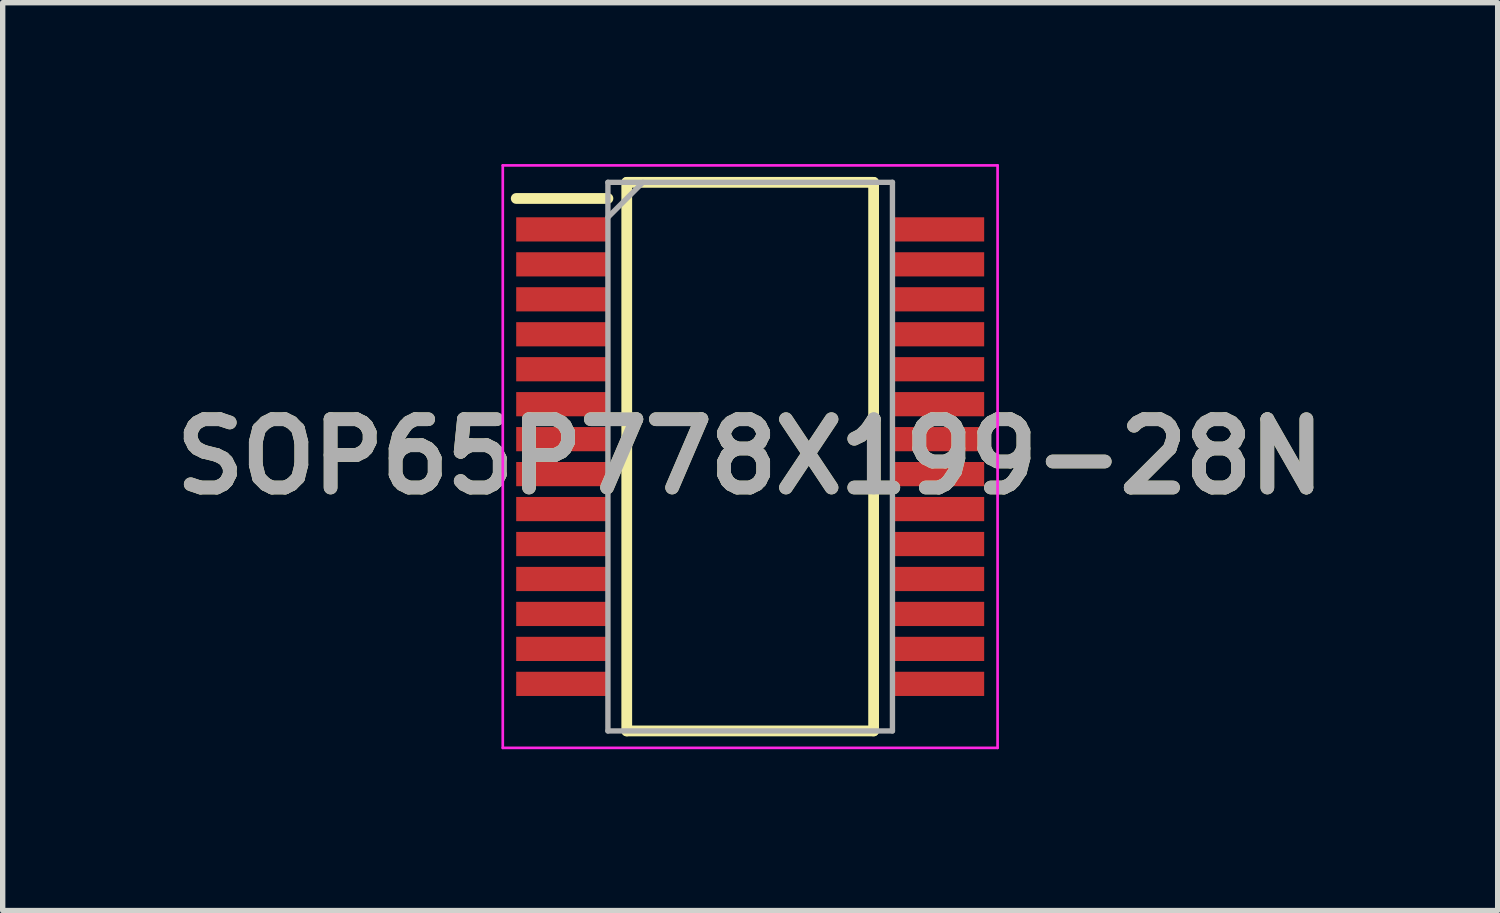
<source format=kicad_pcb>
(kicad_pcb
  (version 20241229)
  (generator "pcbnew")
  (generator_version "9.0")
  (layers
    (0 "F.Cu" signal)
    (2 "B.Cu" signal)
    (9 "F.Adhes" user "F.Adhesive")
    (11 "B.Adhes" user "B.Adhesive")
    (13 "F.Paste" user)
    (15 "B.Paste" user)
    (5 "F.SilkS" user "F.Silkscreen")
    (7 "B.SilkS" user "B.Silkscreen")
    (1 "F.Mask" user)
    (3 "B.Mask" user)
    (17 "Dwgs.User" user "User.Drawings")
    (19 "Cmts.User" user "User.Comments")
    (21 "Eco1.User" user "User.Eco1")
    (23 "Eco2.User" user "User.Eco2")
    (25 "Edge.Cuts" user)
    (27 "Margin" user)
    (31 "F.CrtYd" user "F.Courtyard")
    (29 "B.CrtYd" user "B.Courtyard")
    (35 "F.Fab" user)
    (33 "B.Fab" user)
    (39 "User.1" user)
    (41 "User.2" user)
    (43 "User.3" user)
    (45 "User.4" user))
  (footprint "SOP65P778X199-28N"
    (layer "F.Cu")
    (at 10.898 5.44)
    (property "Reference" "SOP65P778X199-28N" (at 0 0 0) (layer "F.SilkS") (effects (font (size 1.27 1.27) (thickness 0.254))))
    (attr smd)
    (fp_line (start -4.35 -4.8) (end -2.645 -4.8) (stroke (width 0.2) (type solid)) (layer "F.SilkS"))
    (fp_line (start -2.295 -5.1) (end 2.295 -5.1) (stroke (width 0.2) (type solid)) (layer "F.SilkS"))
    (fp_line (start -2.295 5.1) (end -2.295 -5.1) (stroke (width 0.2) (type solid)) (layer "F.SilkS"))
    (fp_line (start 2.295 -5.1) (end 2.295 5.1) (stroke (width 0.2) (type solid)) (layer "F.SilkS"))
    (fp_line (start 2.295 5.1) (end -2.295 5.1) (stroke (width 0.2) (type solid)) (layer "F.SilkS"))
    (fp_line (start -4.6 -5.415) (end 4.6 -5.415) (stroke (width 0.05) (type solid)) (layer "F.CrtYd"))
    (fp_line (start -4.6 5.415) (end -4.6 -5.415) (stroke (width 0.05) (type solid)) (layer "F.CrtYd"))
    (fp_line (start 4.6 -5.415) (end 4.6 5.415) (stroke (width 0.05) (type solid)) (layer "F.CrtYd"))
    (fp_line (start 4.6 5.415) (end -4.6 5.415) (stroke (width 0.05) (type solid)) (layer "F.CrtYd"))
    (fp_line (start -2.645 -5.1) (end 2.645 -5.1) (stroke (width 0.1) (type solid)) (layer "F.Fab"))
    (fp_line (start -2.645 -4.45) (end -1.995 -5.1) (stroke (width 0.1) (type solid)) (layer "F.Fab"))
    (fp_line (start -2.645 5.1) (end -2.645 -5.1) (stroke (width 0.1) (type solid)) (layer "F.Fab"))
    (fp_line (start 2.645 -5.1) (end 2.645 5.1) (stroke (width 0.1) (type solid)) (layer "F.Fab"))
    (fp_line (start 2.645 5.1) (end -2.645 5.1) (stroke (width 0.1) (type solid)) (layer "F.Fab"))
    (fp_text user "${REFERENCE}" (at 0 0 0) (layer "F.Fab") (effects (font (size 1.27 1.27) (thickness 0.254))))
    (pad "1" smd rect (at -3.498 -4.225 90) (size 0.45 1.705) (layers "F.Cu" "F.Mask" "F.Paste"))
    (pad "2" smd rect (at -3.498 -3.575 90) (size 0.45 1.705) (layers "F.Cu" "F.Mask" "F.Paste"))
    (pad "3" smd rect (at -3.498 -2.925 90) (size 0.45 1.705) (layers "F.Cu" "F.Mask" "F.Paste"))
    (pad "4" smd rect (at -3.498 -2.275 90) (size 0.45 1.705) (layers "F.Cu" "F.Mask" "F.Paste"))
    (pad "5" smd rect (at -3.498 -1.625 90) (size 0.45 1.705) (layers "F.Cu" "F.Mask" "F.Paste"))
    (pad "6" smd rect (at -3.498 -0.975 90) (size 0.45 1.705) (layers "F.Cu" "F.Mask" "F.Paste"))
    (pad "7" smd rect (at -3.498 -0.325 90) (size 0.45 1.705) (layers "F.Cu" "F.Mask" "F.Paste"))
    (pad "8" smd rect (at -3.498 0.325 90) (size 0.45 1.705) (layers "F.Cu" "F.Mask" "F.Paste"))
    (pad "9" smd rect (at -3.498 0.975 90) (size 0.45 1.705) (layers "F.Cu" "F.Mask" "F.Paste"))
    (pad "10" smd rect (at -3.498 1.625 90) (size 0.45 1.705) (layers "F.Cu" "F.Mask" "F.Paste"))
    (pad "11" smd rect (at -3.498 2.275 90) (size 0.45 1.705) (layers "F.Cu" "F.Mask" "F.Paste"))
    (pad "12" smd rect (at -3.498 2.925 90) (size 0.45 1.705) (layers "F.Cu" "F.Mask" "F.Paste"))
    (pad "13" smd rect (at -3.498 3.575 90) (size 0.45 1.705) (layers "F.Cu" "F.Mask" "F.Paste"))
    (pad "14" smd rect (at -3.498 4.225 90) (size 0.45 1.705) (layers "F.Cu" "F.Mask" "F.Paste"))
    (pad "15" smd rect (at 3.498 4.225 90) (size 0.45 1.705) (layers "F.Cu" "F.Mask" "F.Paste"))
    (pad "16" smd rect (at 3.498 3.575 90) (size 0.45 1.705) (layers "F.Cu" "F.Mask" "F.Paste"))
    (pad "17" smd rect (at 3.498 2.925 90) (size 0.45 1.705) (layers "F.Cu" "F.Mask" "F.Paste"))
    (pad "18" smd rect (at 3.498 2.275 90) (size 0.45 1.705) (layers "F.Cu" "F.Mask" "F.Paste"))
    (pad "19" smd rect (at 3.498 1.625 90) (size 0.45 1.705) (layers "F.Cu" "F.Mask" "F.Paste"))
    (pad "20" smd rect (at 3.498 0.975 90) (size 0.45 1.705) (layers "F.Cu" "F.Mask" "F.Paste"))
    (pad "21" smd rect (at 3.498 0.325 90) (size 0.45 1.705) (layers "F.Cu" "F.Mask" "F.Paste"))
    (pad "22" smd rect (at 3.498 -0.325 90) (size 0.45 1.705) (layers "F.Cu" "F.Mask" "F.Paste"))
    (pad "23" smd rect (at 3.498 -0.975 90) (size 0.45 1.705) (layers "F.Cu" "F.Mask" "F.Paste"))
    (pad "24" smd rect (at 3.498 -1.625 90) (size 0.45 1.705) (layers "F.Cu" "F.Mask" "F.Paste"))
    (pad "25" smd rect (at 3.498 -2.275 90) (size 0.45 1.705) (layers "F.Cu" "F.Mask" "F.Paste"))
    (pad "26" smd rect (at 3.498 -2.925 90) (size 0.45 1.705) (layers "F.Cu" "F.Mask" "F.Paste"))
    (pad "27" smd rect (at 3.498 -3.575 90) (size 0.45 1.705) (layers "F.Cu" "F.Mask" "F.Paste"))
    (pad "28" smd rect (at 3.498 -4.225 90) (size 0.45 1.705) (layers "F.Cu" "F.Mask" "F.Paste")))
  (gr_rect
    (start -3 -3)
    (end 24.796 13.88)
    (stroke (width 0.1) (type default))
    (fill no)
    (layer "Edge.Cuts")))
</source>
